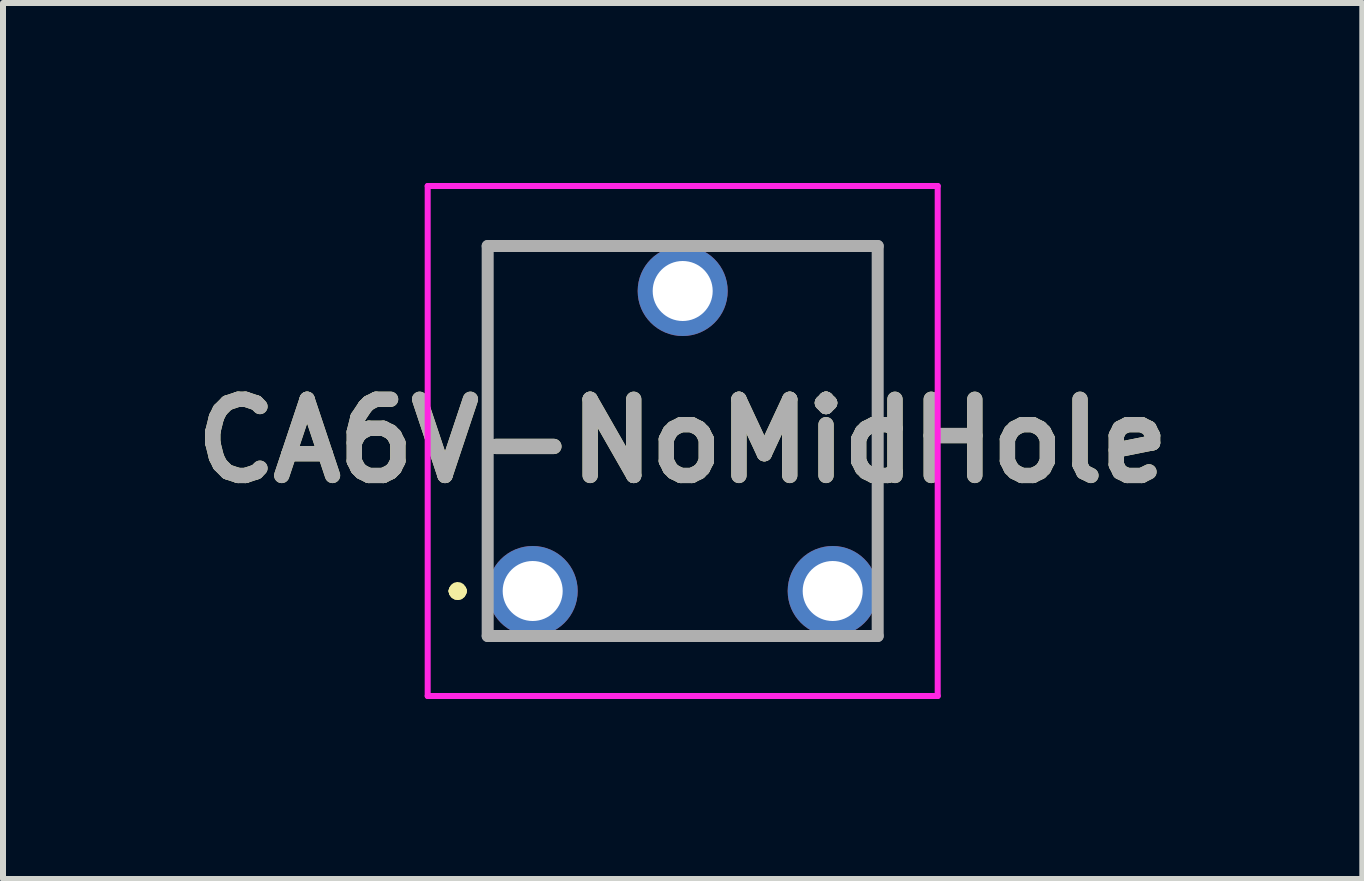
<source format=kicad_pcb>
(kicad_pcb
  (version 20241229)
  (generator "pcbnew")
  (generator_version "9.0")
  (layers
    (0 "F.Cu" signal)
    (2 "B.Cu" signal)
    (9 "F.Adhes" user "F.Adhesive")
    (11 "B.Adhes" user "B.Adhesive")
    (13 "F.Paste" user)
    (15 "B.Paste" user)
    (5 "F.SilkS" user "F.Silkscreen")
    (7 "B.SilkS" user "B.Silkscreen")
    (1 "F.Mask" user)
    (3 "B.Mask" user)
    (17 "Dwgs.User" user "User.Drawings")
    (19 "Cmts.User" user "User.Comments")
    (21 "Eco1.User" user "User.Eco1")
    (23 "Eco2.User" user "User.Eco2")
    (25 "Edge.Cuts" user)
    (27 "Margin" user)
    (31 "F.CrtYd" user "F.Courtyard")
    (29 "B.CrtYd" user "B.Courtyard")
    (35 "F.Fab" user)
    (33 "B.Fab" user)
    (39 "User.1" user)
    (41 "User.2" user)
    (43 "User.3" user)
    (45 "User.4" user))
  (footprint "CA6V-NoMidHole"
    (layer "F.Cu")
    (at 5.828 6.8)
    (property "Reference" "CA6V-NoMidHole" (at 2.5 -2.5 0) (layer "F.SilkS") (effects (font (size 1.27 1.27) (thickness 0.254))))
    (attr through_hole)
    (fp_line (start -1.3 0) (end -1.3 0) (stroke (width 0.2) (type solid)) (layer "F.SilkS"))
    (fp_line (start -1.3 0) (end -1.3 0) (stroke (width 0.2) (type solid)) (layer "F.SilkS"))
    (fp_line (start -1.2 0) (end -1.2 0) (stroke (width 0.2) (type solid)) (layer "F.SilkS"))
    (fp_line (start -0.75 -5.75) (end -0.75 -5.75) (stroke (width 0.1) (type solid)) (layer "F.SilkS"))
    (fp_line (start -0.75 -5.75) (end -0.75 -5.75) (stroke (width 0.1) (type solid)) (layer "F.SilkS"))
    (fp_line (start -0.75 -5.75) (end -0.75 -1) (stroke (width 0.1) (type solid)) (layer "F.SilkS"))
    (fp_line (start -0.75 -5.75) (end 1.25 -5.75) (stroke (width 0.1) (type solid)) (layer "F.SilkS"))
    (fp_line (start -0.75 -1) (end -0.75 -5.75) (stroke (width 0.1) (type solid)) (layer "F.SilkS"))
    (fp_line (start -0.75 -1) (end -0.75 -1) (stroke (width 0.1) (type solid)) (layer "F.SilkS"))
    (fp_line (start 1.25 -5.75) (end -0.75 -5.75) (stroke (width 0.1) (type solid)) (layer "F.SilkS"))
    (fp_line (start 1.25 -5.75) (end 1.25 -5.75) (stroke (width 0.1) (type solid)) (layer "F.SilkS"))
    (fp_line (start 1.25 0.75) (end 1.25 0.75) (stroke (width 0.1) (type solid)) (layer "F.SilkS"))
    (fp_line (start 1.25 0.75) (end 3.75 0.75) (stroke (width 0.1) (type solid)) (layer "F.SilkS"))
    (fp_line (start 3.5 -5.75) (end 3.5 -5.75) (stroke (width 0.1) (type solid)) (layer "F.SilkS"))
    (fp_line (start 3.5 -5.75) (end 5.75 -5.75) (stroke (width 0.1) (type solid)) (layer "F.SilkS"))
    (fp_line (start 3.75 0.75) (end 1.25 0.75) (stroke (width 0.1) (type solid)) (layer "F.SilkS"))
    (fp_line (start 3.75 0.75) (end 3.75 0.75) (stroke (width 0.1) (type solid)) (layer "F.SilkS"))
    (fp_line (start 5.75 -5.75) (end 3.5 -5.75) (stroke (width 0.1) (type solid)) (layer "F.SilkS"))
    (fp_line (start 5.75 -5.75) (end 5.75 -5.75) (stroke (width 0.1) (type solid)) (layer "F.SilkS"))
    (fp_line (start 5.75 -5.75) (end 5.75 -5.75) (stroke (width 0.1) (type solid)) (layer "F.SilkS"))
    (fp_line (start 5.75 -5.75) (end 5.75 -1) (stroke (width 0.1) (type solid)) (layer "F.SilkS"))
    (fp_line (start 5.75 -1) (end 5.75 -5.75) (stroke (width 0.1) (type solid)) (layer "F.SilkS"))
    (fp_line (start 5.75 -1) (end 5.75 -1) (stroke (width 0.1) (type solid)) (layer "F.SilkS"))
    (fp_arc (start -1.3 0) (mid -1.25 -0.05) (end -1.2 0) (stroke (width 0.2) (type solid)) (layer "F.SilkS"))
    (fp_arc (start -1.2 0) (mid -1.25 0.05) (end -1.3 0) (stroke (width 0.2) (type solid)) (layer "F.SilkS"))
    (fp_arc (start -1.2 0) (mid -1.25 0.05) (end -1.3 0) (stroke (width 0.2) (type solid)) (layer "F.SilkS"))
    (fp_line (start -1.75 -6.75) (end 6.75 -6.75) (stroke (width 0.1) (type solid)) (layer "F.CrtYd"))
    (fp_line (start -1.75 1.75) (end -1.75 -6.75) (stroke (width 0.1) (type solid)) (layer "F.CrtYd"))
    (fp_line (start 6.75 -6.75) (end 6.75 1.75) (stroke (width 0.1) (type solid)) (layer "F.CrtYd"))
    (fp_line (start 6.75 1.75) (end -1.75 1.75) (stroke (width 0.1) (type solid)) (layer "F.CrtYd"))
    (fp_line (start -0.75 -5.75) (end -0.75 0.75) (stroke (width 0.2) (type solid)) (layer "F.Fab"))
    (fp_line (start -0.75 0.75) (end 5.75 0.75) (stroke (width 0.2) (type solid)) (layer "F.Fab"))
    (fp_line (start 5.75 -5.75) (end -0.75 -5.75) (stroke (width 0.2) (type solid)) (layer "F.Fab"))
    (fp_line (start 5.75 0.75) (end 5.75 -5.75) (stroke (width 0.2) (type solid)) (layer "F.Fab"))
    (fp_text user "${REFERENCE}" (at 2.5 -2.5 0) (layer "F.Fab") (effects (font (size 1.27 1.27) (thickness 0.254))))
    (pad "1" thru_hole circle (at 0 0) (size 1.5 1.5) (drill 1) (layers "*.Cu" "*.Mask"))
    (pad "2" thru_hole circle (at 2.5 -5) (size 1.5 1.5) (drill 1) (layers "*.Cu" "*.Mask"))
    (pad "3" thru_hole circle (at 5 0) (size 1.5 1.5) (drill 1) (layers "*.Cu" "*.Mask")))
  (gr_rect
    (start -3 -3)
    (end 19.655 11.6)
    (stroke (width 0.1) (type default))
    (fill no)
    (layer "Edge.Cuts")))
</source>
